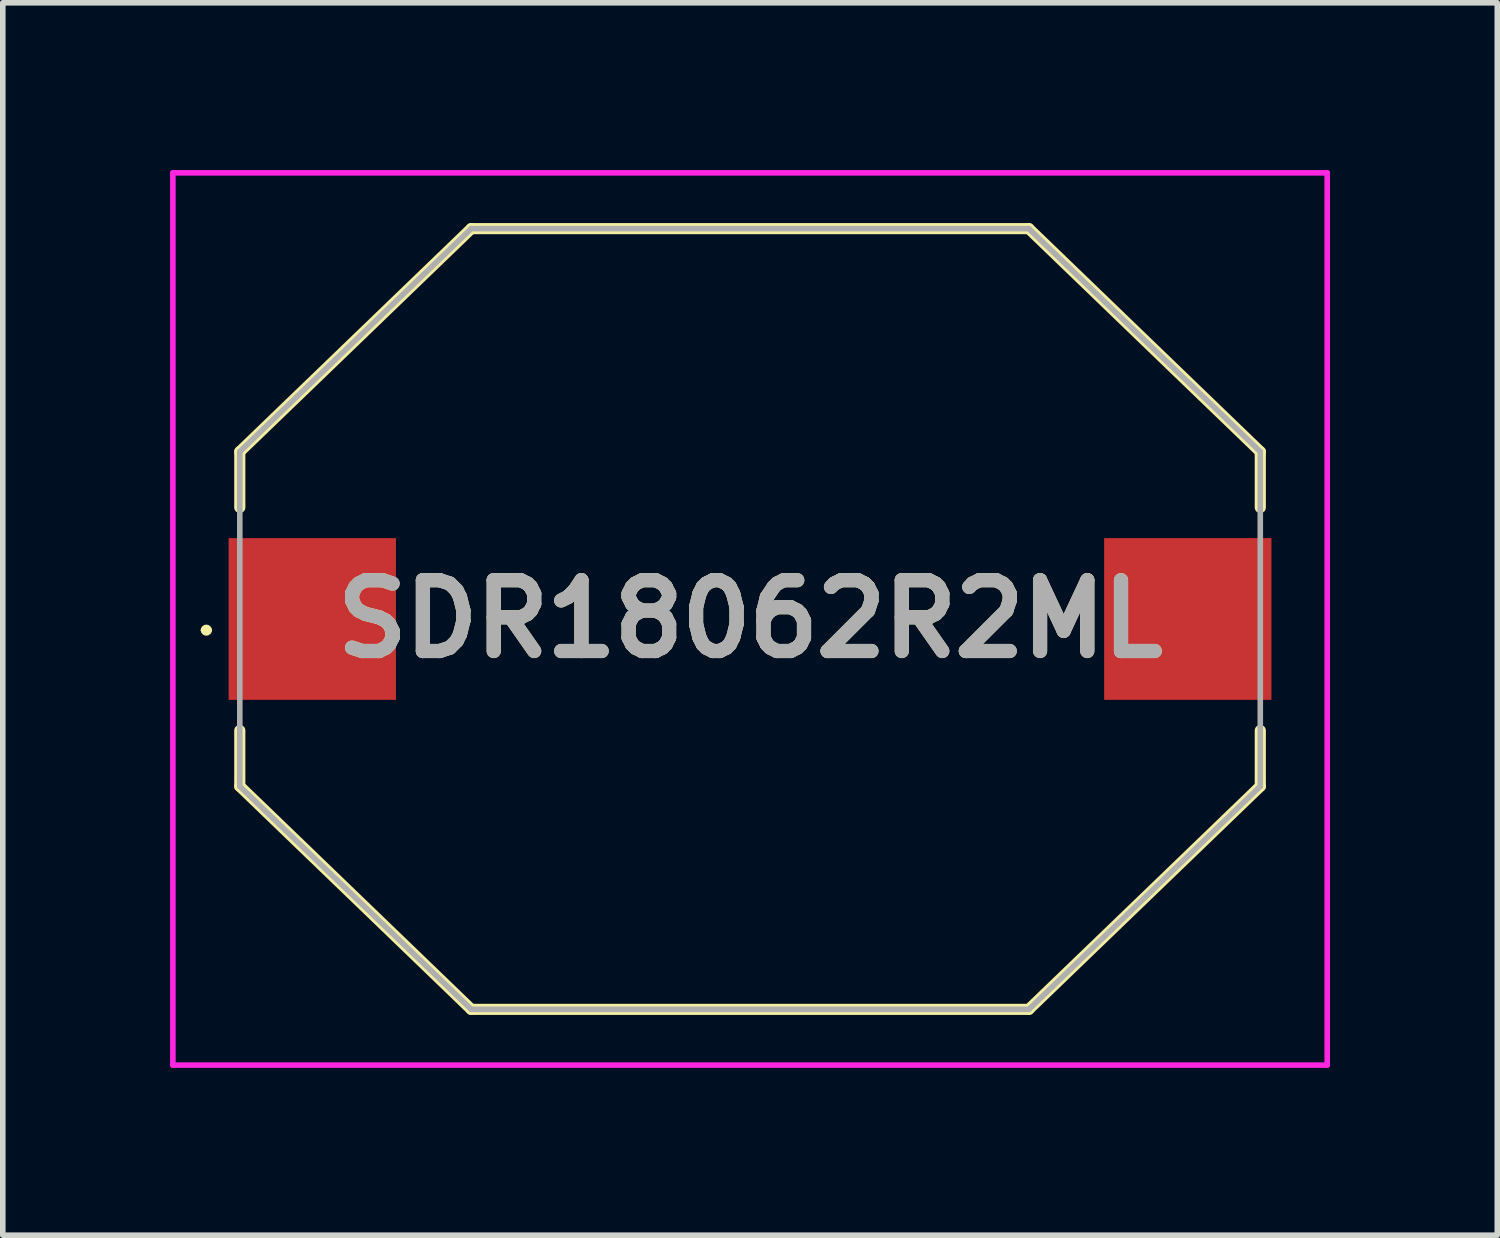
<source format=kicad_pcb>
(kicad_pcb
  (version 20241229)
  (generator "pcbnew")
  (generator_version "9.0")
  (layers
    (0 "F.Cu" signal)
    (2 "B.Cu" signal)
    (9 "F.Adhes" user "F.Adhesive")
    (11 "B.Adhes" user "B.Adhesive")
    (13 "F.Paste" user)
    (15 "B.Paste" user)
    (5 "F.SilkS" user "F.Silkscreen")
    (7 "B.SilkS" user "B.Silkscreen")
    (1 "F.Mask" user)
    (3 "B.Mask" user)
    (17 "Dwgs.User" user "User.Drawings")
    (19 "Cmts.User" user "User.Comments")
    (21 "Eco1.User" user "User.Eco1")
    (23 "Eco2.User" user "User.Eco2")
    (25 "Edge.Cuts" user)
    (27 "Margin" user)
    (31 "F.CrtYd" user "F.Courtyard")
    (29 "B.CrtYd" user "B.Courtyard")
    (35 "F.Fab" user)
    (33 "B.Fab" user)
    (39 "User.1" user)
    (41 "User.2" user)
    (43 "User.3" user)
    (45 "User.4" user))
  (footprint "SDR18062R2ML"
    (layer "F.Cu")
    (at 10.4 8.05)
    (property "Reference" "SDR18062R2ML" (at 0 0 0) (layer "F.SilkS") (effects (font (size 1.27 1.27) (thickness 0.254))))
    (attr smd)
    (fp_line (start -9.8 0.2) (end -9.8 0.2) (stroke (width 0.1) (type solid)) (layer "F.SilkS"))
    (fp_line (start -9.7 0.2) (end -9.7 0.2) (stroke (width 0.1) (type solid)) (layer "F.SilkS"))
    (fp_line (start -9.15 -3) (end -5 -7) (stroke (width 0.2) (type solid)) (layer "F.SilkS"))
    (fp_line (start -9.15 -2) (end -9.15 -3) (stroke (width 0.2) (type solid)) (layer "F.SilkS"))
    (fp_line (start -9.15 2) (end -9.15 3) (stroke (width 0.2) (type solid)) (layer "F.SilkS"))
    (fp_line (start -9.15 3) (end -5 7) (stroke (width 0.2) (type solid)) (layer "F.SilkS"))
    (fp_line (start -5 -7) (end 5 -7) (stroke (width 0.2) (type solid)) (layer "F.SilkS"))
    (fp_line (start -5 7) (end 5 7) (stroke (width 0.2) (type solid)) (layer "F.SilkS"))
    (fp_line (start 5 -7) (end 9.15 -3) (stroke (width 0.2) (type solid)) (layer "F.SilkS"))
    (fp_line (start 5 7) (end 9.15 3) (stroke (width 0.2) (type solid)) (layer "F.SilkS"))
    (fp_line (start 9.15 -3) (end 9.15 -2) (stroke (width 0.2) (type solid)) (layer "F.SilkS"))
    (fp_line (start 9.15 3) (end 9.15 2) (stroke (width 0.2) (type solid)) (layer "F.SilkS"))
    (fp_arc (start -9.8 0.2) (mid -9.75 0.15) (end -9.7 0.2) (stroke (width 0.1) (type solid)) (layer "F.SilkS"))
    (fp_arc (start -9.7 0.2) (mid -9.75 0.25) (end -9.8 0.2) (stroke (width 0.1) (type solid)) (layer "F.SilkS"))
    (fp_line (start -10.35 -8) (end 10.35 -8) (stroke (width 0.1) (type solid)) (layer "F.CrtYd"))
    (fp_line (start -10.35 8) (end -10.35 -8) (stroke (width 0.1) (type solid)) (layer "F.CrtYd"))
    (fp_line (start 10.35 -8) (end 10.35 8) (stroke (width 0.1) (type solid)) (layer "F.CrtYd"))
    (fp_line (start 10.35 8) (end -10.35 8) (stroke (width 0.1) (type solid)) (layer "F.CrtYd"))
    (fp_line (start -9.15 -3) (end -5 -7) (stroke (width 0.1) (type solid)) (layer "F.Fab"))
    (fp_line (start -9.15 3) (end -9.15 -3) (stroke (width 0.1) (type solid)) (layer "F.Fab"))
    (fp_line (start -5 -7) (end 5 -7) (stroke (width 0.1) (type solid)) (layer "F.Fab"))
    (fp_line (start -5 7) (end -9.15 3) (stroke (width 0.1) (type solid)) (layer "F.Fab"))
    (fp_line (start 5 -7) (end 9.15 -3) (stroke (width 0.1) (type solid)) (layer "F.Fab"))
    (fp_line (start 5 7) (end -5 7) (stroke (width 0.1) (type solid)) (layer "F.Fab"))
    (fp_line (start 9.15 -3) (end 9.15 3) (stroke (width 0.1) (type solid)) (layer "F.Fab"))
    (fp_line (start 9.15 3) (end 5 7) (stroke (width 0.1) (type solid)) (layer "F.Fab"))
    (fp_text user "${REFERENCE}" (at 0 0 0) (layer "F.Fab") (effects (font (size 1.27 1.27) (thickness 0.254))))
    (pad "1" smd rect (at -7.85 0 90) (size 2.9 3) (layers "F.Cu" "F.Mask" "F.Paste"))
    (pad "2" smd rect (at 7.85 0 90) (size 2.9 3) (layers "F.Cu" "F.Mask" "F.Paste")))
  (gr_rect
    (start -3 -3)
    (end 23.8 19.1)
    (stroke (width 0.1) (type default))
    (fill no)
    (layer "Edge.Cuts")))
</source>
